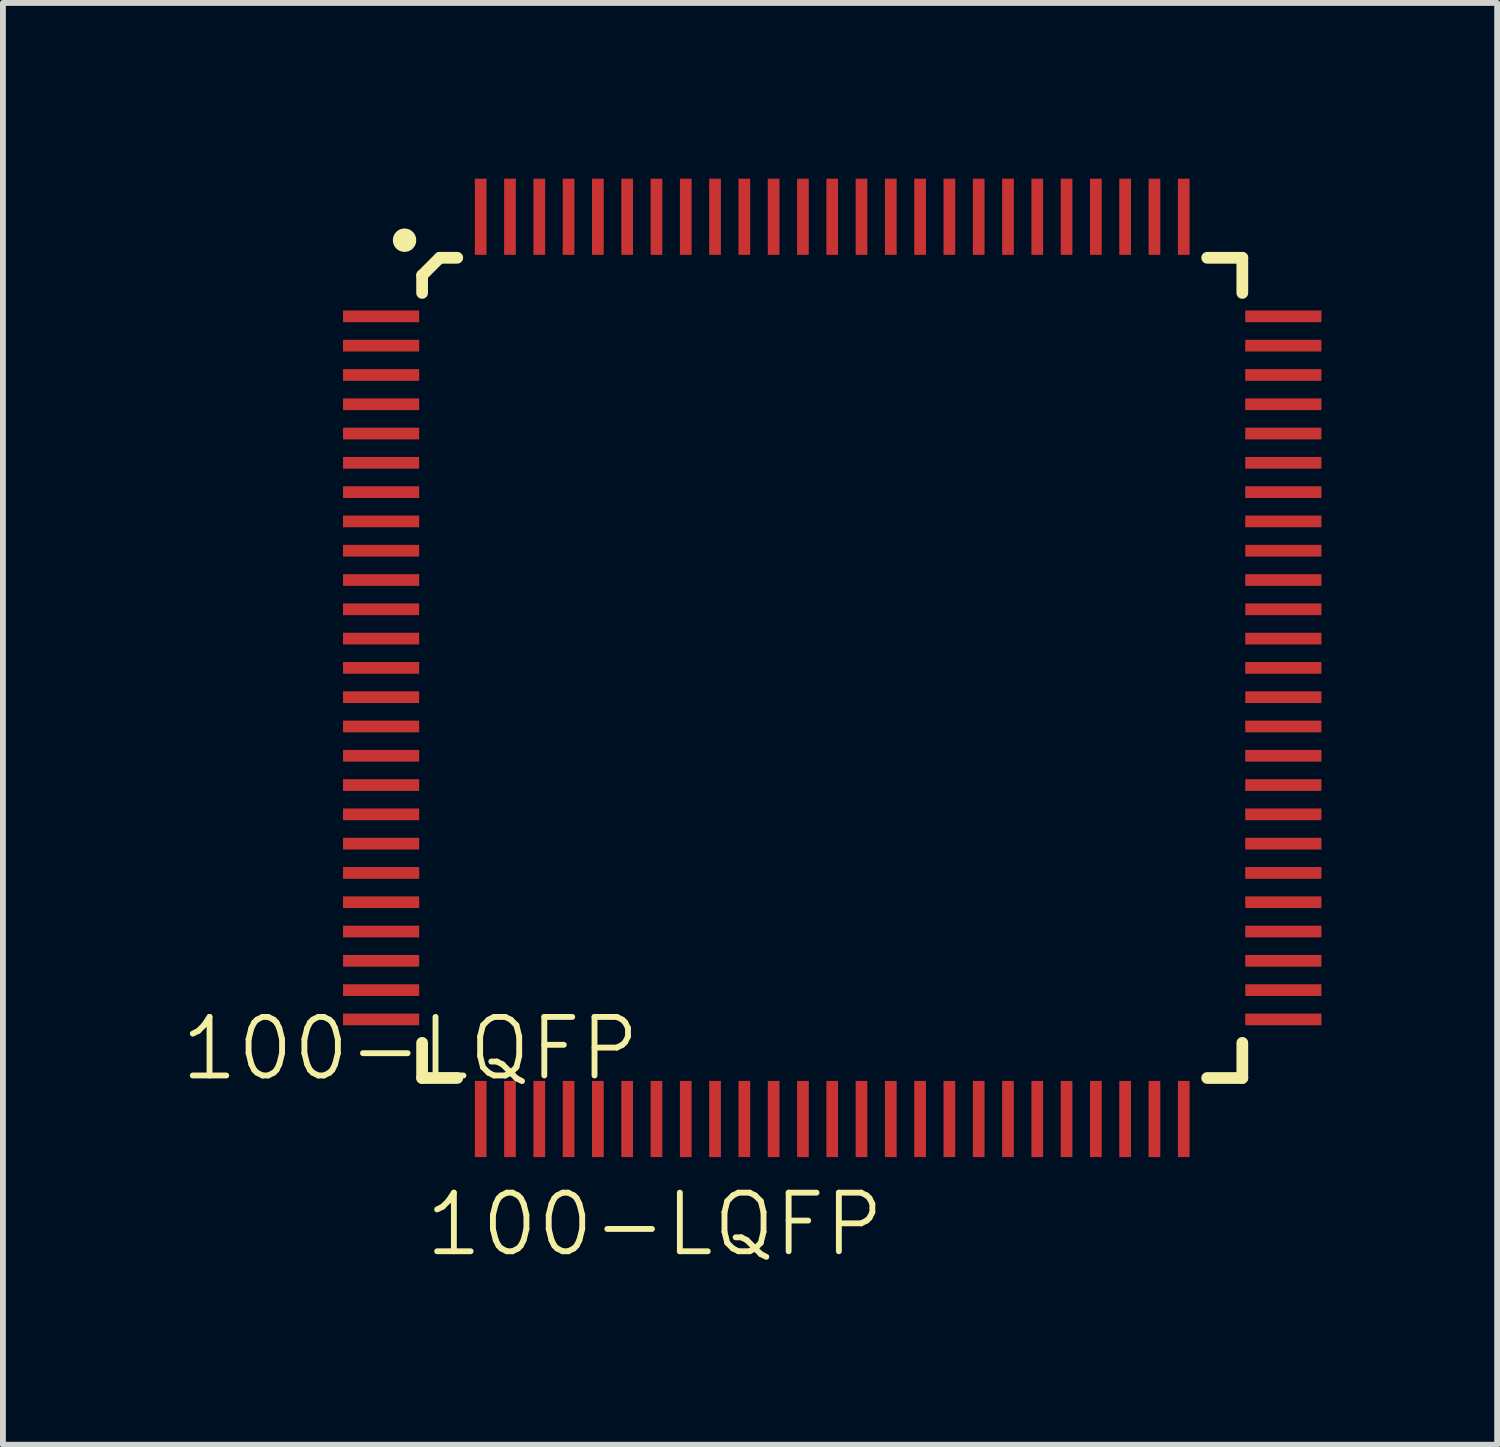
<source format=kicad_pcb>
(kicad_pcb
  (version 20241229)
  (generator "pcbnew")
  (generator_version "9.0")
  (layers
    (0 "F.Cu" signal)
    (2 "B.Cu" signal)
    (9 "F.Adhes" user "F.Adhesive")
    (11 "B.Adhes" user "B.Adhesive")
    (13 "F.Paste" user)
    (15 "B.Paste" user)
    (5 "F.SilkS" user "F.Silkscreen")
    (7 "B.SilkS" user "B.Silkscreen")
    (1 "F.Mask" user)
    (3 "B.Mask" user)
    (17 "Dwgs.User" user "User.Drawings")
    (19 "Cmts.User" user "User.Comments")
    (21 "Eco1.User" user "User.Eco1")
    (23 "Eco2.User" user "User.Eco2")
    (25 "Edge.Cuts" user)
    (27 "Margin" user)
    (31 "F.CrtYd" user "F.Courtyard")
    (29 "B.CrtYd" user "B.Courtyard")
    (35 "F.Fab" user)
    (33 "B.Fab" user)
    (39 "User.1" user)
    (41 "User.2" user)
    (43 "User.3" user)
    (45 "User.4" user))
  (footprint "100-LQFP"
    (layer "F.Cu")
    (at 4.155 15.35)
    (property "Reference" "100-LQFP" (at -0.2 -0.5 0) (unlocked yes) (layer "F.SilkS") (effects (font (size 1 1) (thickness 0.1))))
    (attr smd)
    (fp_line (start 0 -13.7) (end 0 -13.4) (stroke (width 0.2) (type solid)) (layer "F.SilkS"))
    (fp_line (start 0 0) (end 0 -0.6) (stroke (width 0.2) (type solid)) (layer "F.SilkS"))
    (fp_line (start 0 0) (end 0.6 0) (stroke (width 0.2) (type solid)) (layer "F.SilkS"))
    (fp_line (start 0.3 -14) (end 0 -13.7) (stroke (width 0.2) (type solid)) (layer "F.SilkS"))
    (fp_line (start 0.3 -14) (end 0.6 -14) (stroke (width 0.2) (type solid)) (layer "F.SilkS"))
    (fp_line (start 14 -14) (end 13.4 -14) (stroke (width 0.2) (type solid)) (layer "F.SilkS"))
    (fp_line (start 14 -14) (end 14 -13.4) (stroke (width 0.2) (type solid)) (layer "F.SilkS"))
    (fp_line (start 14 0) (end 13.4 0) (stroke (width 0.2) (type solid)) (layer "F.SilkS"))
    (fp_line (start 14 0) (end 14 -0.6) (stroke (width 0.2) (type solid)) (layer "F.SilkS"))
    (fp_circle (center -0.3 -14.3) (end -0.2 -14.3) (stroke (width 0.2) (type solid)) (fill no) (layer "F.SilkS"))
    (fp_text user "${REFERENCE}" (at 0 2.5 0) (unlocked yes) (layer "F.SilkS") (effects (font (size 1 1) (thickness 0.1)) (justify left)))
    (pad "1" smd rect (at -0.7 -13) (size 1.3 0.2) (layers "F.Cu" "F.Mask" "F.Paste"))
    (pad "2" smd rect (at -0.7 -12.5) (size 1.3 0.2) (layers "F.Cu" "F.Mask" "F.Paste"))
    (pad "3" smd rect (at -0.7 -12) (size 1.3 0.2) (layers "F.Cu" "F.Mask" "F.Paste"))
    (pad "4" smd rect (at -0.7 -11.5) (size 1.3 0.2) (layers "F.Cu" "F.Mask" "F.Paste"))
    (pad "5" smd rect (at -0.7 -11) (size 1.3 0.2) (layers "F.Cu" "F.Mask" "F.Paste"))
    (pad "6" smd rect (at -0.7 -10.5) (size 1.3 0.2) (layers "F.Cu" "F.Mask" "F.Paste"))
    (pad "7" smd rect (at -0.7 -10) (size 1.3 0.2) (layers "F.Cu" "F.Mask" "F.Paste"))
    (pad "8" smd rect (at -0.7 -9.5) (size 1.3 0.2) (layers "F.Cu" "F.Mask" "F.Paste"))
    (pad "9" smd rect (at -0.7 -9) (size 1.3 0.2) (layers "F.Cu" "F.Mask" "F.Paste"))
    (pad "10" smd rect (at -0.7 -8.5) (size 1.3 0.2) (layers "F.Cu" "F.Mask" "F.Paste"))
    (pad "11" smd rect (at -0.7 -8) (size 1.3 0.2) (layers "F.Cu" "F.Mask" "F.Paste"))
    (pad "12" smd rect (at -0.7 -7.5) (size 1.3 0.2) (layers "F.Cu" "F.Mask" "F.Paste"))
    (pad "13" smd rect (at -0.7 -7) (size 1.3 0.2) (layers "F.Cu" "F.Mask" "F.Paste"))
    (pad "14" smd rect (at -0.7 -6.5) (size 1.3 0.2) (layers "F.Cu" "F.Mask" "F.Paste"))
    (pad "15" smd rect (at -0.7 -6) (size 1.3 0.2) (layers "F.Cu" "F.Mask" "F.Paste"))
    (pad "16" smd rect (at -0.7 -5.5) (size 1.3 0.2) (layers "F.Cu" "F.Mask" "F.Paste"))
    (pad "17" smd rect (at -0.7 -5) (size 1.3 0.2) (layers "F.Cu" "F.Mask" "F.Paste"))
    (pad "18" smd rect (at -0.7 -4.5) (size 1.3 0.2) (layers "F.Cu" "F.Mask" "F.Paste"))
    (pad "19" smd rect (at -0.7 -4) (size 1.3 0.2) (layers "F.Cu" "F.Mask" "F.Paste"))
    (pad "20" smd rect (at -0.7 -3.5) (size 1.3 0.2) (layers "F.Cu" "F.Mask" "F.Paste"))
    (pad "21" smd rect (at -0.7 -3) (size 1.3 0.2) (layers "F.Cu" "F.Mask" "F.Paste"))
    (pad "22" smd rect (at -0.7 -2.5) (size 1.3 0.2) (layers "F.Cu" "F.Mask" "F.Paste"))
    (pad "23" smd rect (at -0.7 -2) (size 1.3 0.2) (layers "F.Cu" "F.Mask" "F.Paste"))
    (pad "24" smd rect (at -0.7 -1.5) (size 1.3 0.2) (layers "F.Cu" "F.Mask" "F.Paste"))
    (pad "25" smd rect (at -0.7 -1) (size 1.3 0.2) (layers "F.Cu" "F.Mask" "F.Paste"))
    (pad "26" smd rect (at 1 0.7 90) (size 1.3 0.2) (layers "F.Cu" "F.Mask" "F.Paste"))
    (pad "27" smd rect (at 1.5 0.7 90) (size 1.3 0.2) (layers "F.Cu" "F.Mask" "F.Paste"))
    (pad "28" smd rect (at 2 0.7 90) (size 1.3 0.2) (layers "F.Cu" "F.Mask" "F.Paste"))
    (pad "29" smd rect (at 2.5 0.7 90) (size 1.3 0.2) (layers "F.Cu" "F.Mask" "F.Paste"))
    (pad "30" smd rect (at 3 0.7 90) (size 1.3 0.2) (layers "F.Cu" "F.Mask" "F.Paste"))
    (pad "31" smd rect (at 3.5 0.7 90) (size 1.3 0.2) (layers "F.Cu" "F.Mask" "F.Paste"))
    (pad "32" smd rect (at 4 0.7 90) (size 1.3 0.2) (layers "F.Cu" "F.Mask" "F.Paste"))
    (pad "33" smd rect (at 4.5 0.7 90) (size 1.3 0.2) (layers "F.Cu" "F.Mask" "F.Paste"))
    (pad "34" smd rect (at 5 0.7 90) (size 1.3 0.2) (layers "F.Cu" "F.Mask" "F.Paste"))
    (pad "35" smd rect (at 5.5 0.7 90) (size 1.3 0.2) (layers "F.Cu" "F.Mask" "F.Paste"))
    (pad "36" smd rect (at 6 0.7 90) (size 1.3 0.2) (layers "F.Cu" "F.Mask" "F.Paste"))
    (pad "37" smd rect (at 6.5 0.7 90) (size 1.3 0.2) (layers "F.Cu" "F.Mask" "F.Paste"))
    (pad "38" smd rect (at 7 0.7 90) (size 1.3 0.2) (layers "F.Cu" "F.Mask" "F.Paste"))
    (pad "39" smd rect (at 7.5 0.7 90) (size 1.3 0.2) (layers "F.Cu" "F.Mask" "F.Paste"))
    (pad "40" smd rect (at 8 0.7 90) (size 1.3 0.2) (layers "F.Cu" "F.Mask" "F.Paste"))
    (pad "41" smd rect (at 8.5 0.7 90) (size 1.3 0.2) (layers "F.Cu" "F.Mask" "F.Paste"))
    (pad "42" smd rect (at 9 0.7 90) (size 1.3 0.2) (layers "F.Cu" "F.Mask" "F.Paste"))
    (pad "43" smd rect (at 9.5 0.7 90) (size 1.3 0.2) (layers "F.Cu" "F.Mask" "F.Paste"))
    (pad "44" smd rect (at 10 0.7 90) (size 1.3 0.2) (layers "F.Cu" "F.Mask" "F.Paste"))
    (pad "45" smd rect (at 10.5 0.7 90) (size 1.3 0.2) (layers "F.Cu" "F.Mask" "F.Paste"))
    (pad "46" smd rect (at 11 0.7 90) (size 1.3 0.2) (layers "F.Cu" "F.Mask" "F.Paste"))
    (pad "47" smd rect (at 11.5 0.7 90) (size 1.3 0.2) (layers "F.Cu" "F.Mask" "F.Paste"))
    (pad "48" smd rect (at 12 0.7 90) (size 1.3 0.2) (layers "F.Cu" "F.Mask" "F.Paste"))
    (pad "49" smd rect (at 12.5 0.7 90) (size 1.3 0.2) (layers "F.Cu" "F.Mask" "F.Paste"))
    (pad "50" smd rect (at 13 0.7 90) (size 1.3 0.2) (layers "F.Cu" "F.Mask" "F.Paste"))
    (pad "51" smd rect (at 14.7 -1 180) (size 1.3 0.2) (layers "F.Cu" "F.Mask" "F.Paste"))
    (pad "52" smd rect (at 14.7 -1.5 180) (size 1.3 0.2) (layers "F.Cu" "F.Mask" "F.Paste"))
    (pad "53" smd rect (at 14.7 -2 180) (size 1.3 0.2) (layers "F.Cu" "F.Mask" "F.Paste"))
    (pad "54" smd rect (at 14.7 -2.5 180) (size 1.3 0.2) (layers "F.Cu" "F.Mask" "F.Paste"))
    (pad "55" smd rect (at 14.7 -3 180) (size 1.3 0.2) (layers "F.Cu" "F.Mask" "F.Paste"))
    (pad "56" smd rect (at 14.7 -3.5 180) (size 1.3 0.2) (layers "F.Cu" "F.Mask" "F.Paste"))
    (pad "57" smd rect (at 14.7 -4 180) (size 1.3 0.2) (layers "F.Cu" "F.Mask" "F.Paste"))
    (pad "58" smd rect (at 14.7 -4.5 180) (size 1.3 0.2) (layers "F.Cu" "F.Mask" "F.Paste"))
    (pad "59" smd rect (at 14.7 -5 180) (size 1.3 0.2) (layers "F.Cu" "F.Mask" "F.Paste"))
    (pad "60" smd rect (at 14.7 -5.5 180) (size 1.3 0.2) (layers "F.Cu" "F.Mask" "F.Paste"))
    (pad "61" smd rect (at 14.7 -6 180) (size 1.3 0.2) (layers "F.Cu" "F.Mask" "F.Paste"))
    (pad "62" smd rect (at 14.7 -6.5 180) (size 1.3 0.2) (layers "F.Cu" "F.Mask" "F.Paste"))
    (pad "63" smd rect (at 14.7 -7 180) (size 1.3 0.2) (layers "F.Cu" "F.Mask" "F.Paste"))
    (pad "64" smd rect (at 14.7 -7.5 180) (size 1.3 0.2) (layers "F.Cu" "F.Mask" "F.Paste"))
    (pad "65" smd rect (at 14.7 -8 180) (size 1.3 0.2) (layers "F.Cu" "F.Mask" "F.Paste"))
    (pad "66" smd rect (at 14.7 -8.5 180) (size 1.3 0.2) (layers "F.Cu" "F.Mask" "F.Paste"))
    (pad "67" smd rect (at 14.7 -9 180) (size 1.3 0.2) (layers "F.Cu" "F.Mask" "F.Paste"))
    (pad "68" smd rect (at 14.7 -9.5 180) (size 1.3 0.2) (layers "F.Cu" "F.Mask" "F.Paste"))
    (pad "69" smd rect (at 14.7 -10 180) (size 1.3 0.2) (layers "F.Cu" "F.Mask" "F.Paste"))
    (pad "70" smd rect (at 14.7 -10.5 180) (size 1.3 0.2) (layers "F.Cu" "F.Mask" "F.Paste"))
    (pad "71" smd rect (at 14.7 -11 180) (size 1.3 0.2) (layers "F.Cu" "F.Mask" "F.Paste"))
    (pad "72" smd rect (at 14.7 -11.5 180) (size 1.3 0.2) (layers "F.Cu" "F.Mask" "F.Paste"))
    (pad "73" smd rect (at 14.7 -12 180) (size 1.3 0.2) (layers "F.Cu" "F.Mask" "F.Paste"))
    (pad "74" smd rect (at 14.7 -12.5 180) (size 1.3 0.2) (layers "F.Cu" "F.Mask" "F.Paste"))
    (pad "75" smd rect (at 14.7 -13 180) (size 1.3 0.2) (layers "F.Cu" "F.Mask" "F.Paste"))
    (pad "76" smd rect (at 13 -14.7 270) (size 1.3 0.2) (layers "F.Cu" "F.Mask" "F.Paste"))
    (pad "77" smd rect (at 12.5 -14.7 270) (size 1.3 0.2) (layers "F.Cu" "F.Mask" "F.Paste"))
    (pad "78" smd rect (at 12 -14.7 270) (size 1.3 0.2) (layers "F.Cu" "F.Mask" "F.Paste"))
    (pad "79" smd rect (at 11.5 -14.7 270) (size 1.3 0.2) (layers "F.Cu" "F.Mask" "F.Paste"))
    (pad "80" smd rect (at 11 -14.7 270) (size 1.3 0.2) (layers "F.Cu" "F.Mask" "F.Paste"))
    (pad "81" smd rect (at 10.5 -14.7 270) (size 1.3 0.2) (layers "F.Cu" "F.Mask" "F.Paste"))
    (pad "82" smd rect (at 10 -14.7 270) (size 1.3 0.2) (layers "F.Cu" "F.Mask" "F.Paste"))
    (pad "83" smd rect (at 9.5 -14.7 270) (size 1.3 0.2) (layers "F.Cu" "F.Mask" "F.Paste"))
    (pad "84" smd rect (at 9 -14.7 270) (size 1.3 0.2) (layers "F.Cu" "F.Mask" "F.Paste"))
    (pad "85" smd rect (at 8.5 -14.7 270) (size 1.3 0.2) (layers "F.Cu" "F.Mask" "F.Paste"))
    (pad "86" smd rect (at 8 -14.7 270) (size 1.3 0.2) (layers "F.Cu" "F.Mask" "F.Paste"))
    (pad "87" smd rect (at 7.5 -14.7 270) (size 1.3 0.2) (layers "F.Cu" "F.Mask" "F.Paste"))
    (pad "88" smd rect (at 7 -14.7 270) (size 1.3 0.2) (layers "F.Cu" "F.Mask" "F.Paste"))
    (pad "89" smd rect (at 6.5 -14.7 270) (size 1.3 0.2) (layers "F.Cu" "F.Mask" "F.Paste"))
    (pad "90" smd rect (at 6 -14.7 270) (size 1.3 0.2) (layers "F.Cu" "F.Mask" "F.Paste"))
    (pad "91" smd rect (at 5.5 -14.7 270) (size 1.3 0.2) (layers "F.Cu" "F.Mask" "F.Paste"))
    (pad "92" smd rect (at 5 -14.7 270) (size 1.3 0.2) (layers "F.Cu" "F.Mask" "F.Paste"))
    (pad "93" smd rect (at 4.5 -14.7 270) (size 1.3 0.2) (layers "F.Cu" "F.Mask" "F.Paste"))
    (pad "94" smd rect (at 4 -14.7 270) (size 1.3 0.2) (layers "F.Cu" "F.Mask" "F.Paste"))
    (pad "95" smd rect (at 3.5 -14.7 270) (size 1.3 0.2) (layers "F.Cu" "F.Mask" "F.Paste"))
    (pad "96" smd rect (at 3 -14.7 270) (size 1.3 0.2) (layers "F.Cu" "F.Mask" "F.Paste"))
    (pad "97" smd rect (at 2.5 -14.7 270) (size 1.3 0.2) (layers "F.Cu" "F.Mask" "F.Paste"))
    (pad "98" smd rect (at 2 -14.7 270) (size 1.3 0.2) (layers "F.Cu" "F.Mask" "F.Paste"))
    (pad "99" smd rect (at 1.5 -14.7 270) (size 1.3 0.2) (layers "F.Cu" "F.Mask" "F.Paste"))
    (pad "100" smd rect (at 1 -14.7 270) (size 1.3 0.2) (layers "F.Cu" "F.Mask" "F.Paste")))
  (gr_rect
    (start -3 -3)
    (end 22.505 21.61)
    (stroke (width 0.1) (type default))
    (fill no)
    (layer "Edge.Cuts")))
</source>
